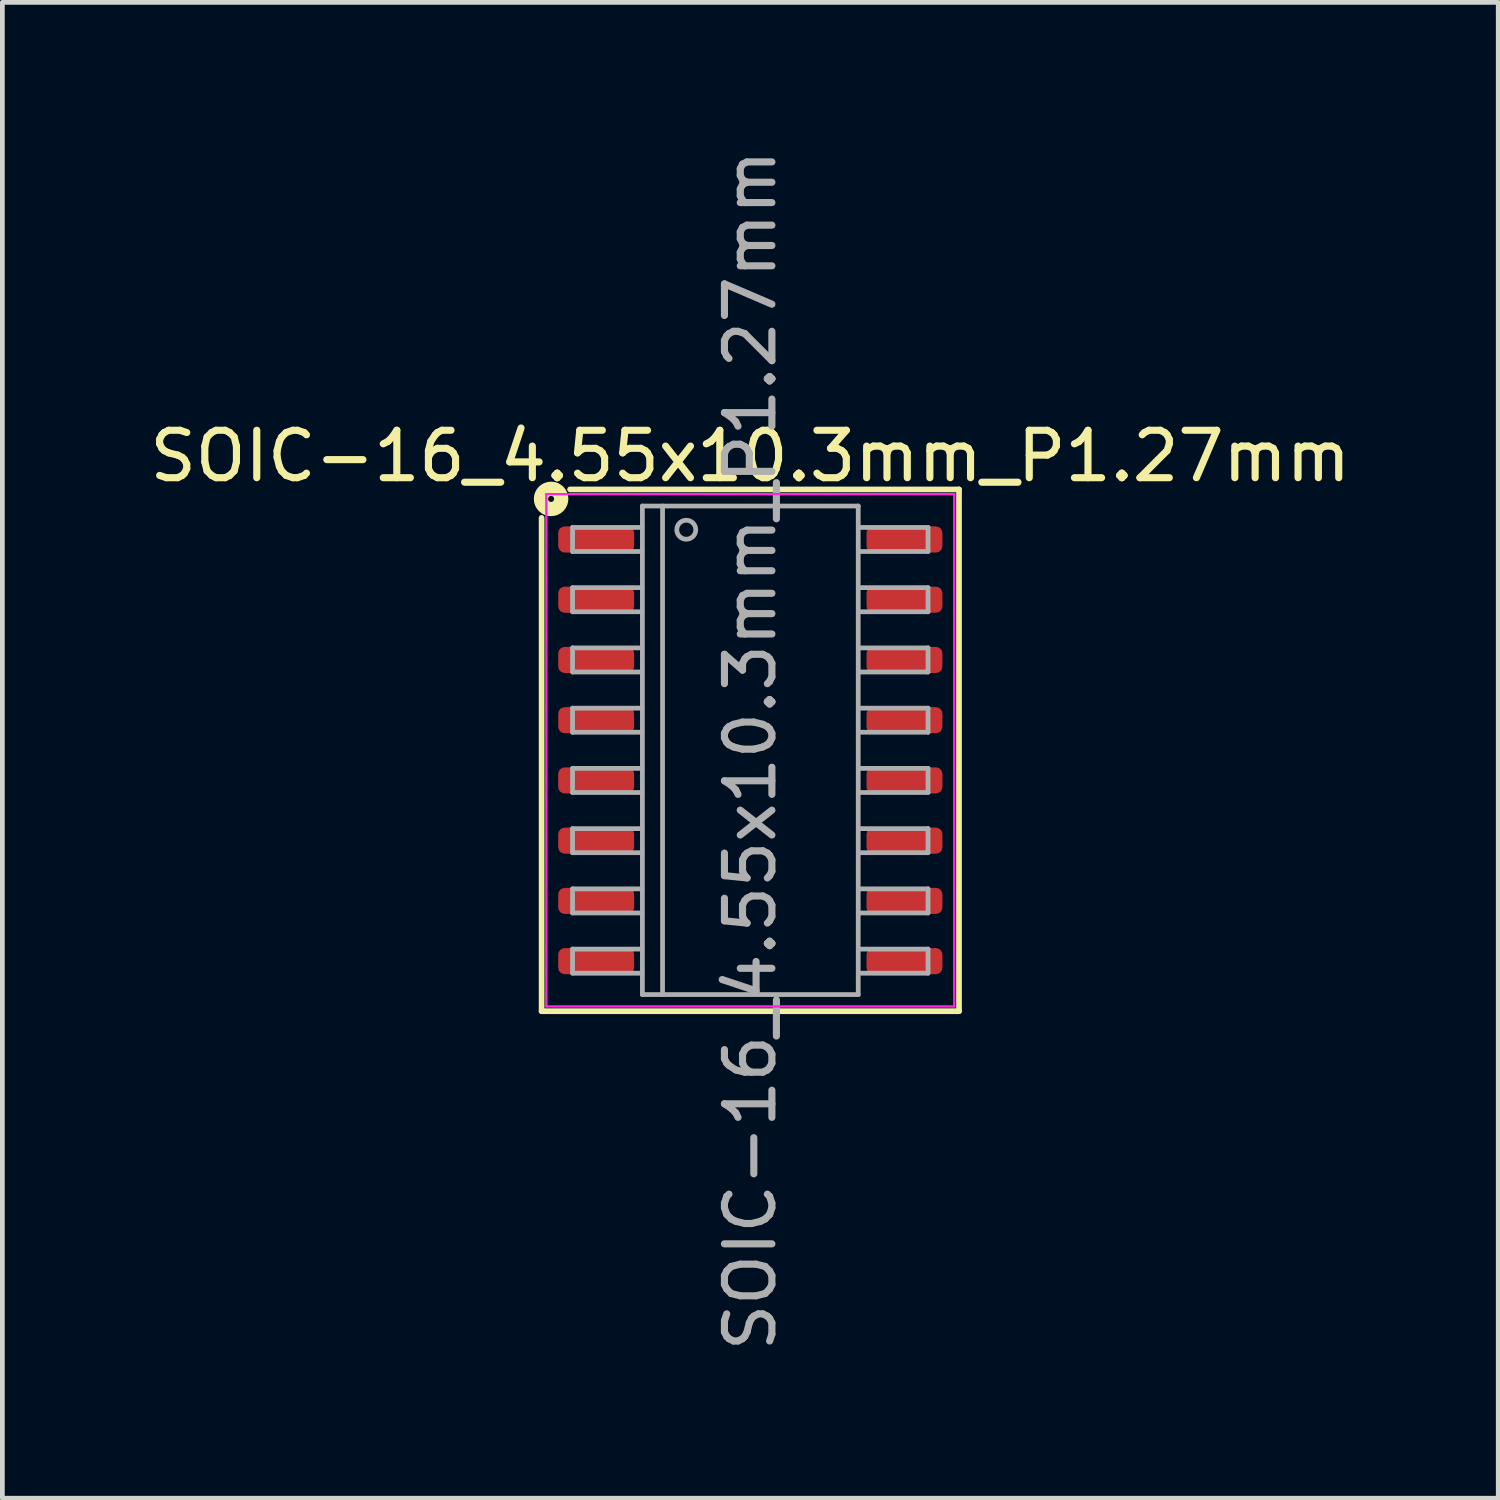
<source format=kicad_pcb>
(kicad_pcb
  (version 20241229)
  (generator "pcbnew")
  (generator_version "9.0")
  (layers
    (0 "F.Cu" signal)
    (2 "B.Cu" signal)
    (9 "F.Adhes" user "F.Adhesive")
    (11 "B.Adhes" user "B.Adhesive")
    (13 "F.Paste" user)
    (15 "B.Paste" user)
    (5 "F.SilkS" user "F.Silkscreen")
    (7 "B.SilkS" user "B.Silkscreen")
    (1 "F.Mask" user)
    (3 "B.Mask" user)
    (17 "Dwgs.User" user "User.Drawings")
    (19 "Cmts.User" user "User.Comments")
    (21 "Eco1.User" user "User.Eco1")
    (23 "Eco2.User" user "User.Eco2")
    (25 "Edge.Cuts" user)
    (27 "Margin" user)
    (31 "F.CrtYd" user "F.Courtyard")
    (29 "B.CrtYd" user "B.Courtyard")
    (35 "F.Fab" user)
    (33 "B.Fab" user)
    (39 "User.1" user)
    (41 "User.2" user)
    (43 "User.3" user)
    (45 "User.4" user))
  (footprint "SOIC-16_4.55x10.3mm_P1.27mm"
    (layer "F.Cu")
    (at 12.768 12.768)
    (property "Reference" "SOIC-16_4.55x10.3mm_P1.27mm" (at 0 -6.202 0) (layer "F.SilkS") (effects (font (size 1 1) (thickness 0.15))))
    (attr smd)
    (fp_line (start -4.4 -4.9) (end -4.4 5.5) (stroke (width 0.12) (type solid)) (layer "F.SilkS"))
    (fp_line (start -4.4 5.5) (end 4.4 5.5) (stroke (width 0.12) (type solid)) (layer "F.SilkS"))
    (fp_line (start 4.4 -5.5) (end -3.8 -5.5) (stroke (width 0.12) (type solid)) (layer "F.SilkS"))
    (fp_line (start 4.4 5.5) (end 4.4 -5.5) (stroke (width 0.12) (type solid)) (layer "F.SilkS"))
    (fp_circle (center -4.2 -5.3) (end -4.136 -5.3) (stroke (width 0.3) (type solid)) (fill no) (layer "F.SilkS"))
    (fp_line (start -4.3 -5.4) (end -4.3 5.4) (stroke (width 0.05) (type solid)) (layer "F.CrtYd"))
    (fp_line (start -4.3 5.4) (end 4.3 5.4) (stroke (width 0.05) (type solid)) (layer "F.CrtYd"))
    (fp_line (start 4.3 -5.4) (end -4.3 -5.4) (stroke (width 0.05) (type solid)) (layer "F.CrtYd"))
    (fp_line (start 4.3 5.4) (end 4.3 -5.4) (stroke (width 0.05) (type solid)) (layer "F.CrtYd"))
    (fp_line (start -3.747 -4.699) (end -3.747 -4.191) (stroke (width 0.1) (type solid)) (layer "F.Fab"))
    (fp_line (start -3.747 -4.699) (end -2.286 -4.699) (stroke (width 0.1) (type solid)) (layer "F.Fab"))
    (fp_line (start -3.747 -4.191) (end -2.286 -4.191) (stroke (width 0.1) (type solid)) (layer "F.Fab"))
    (fp_line (start -3.747 -3.429) (end -3.747 -2.921) (stroke (width 0.1) (type solid)) (layer "F.Fab"))
    (fp_line (start -3.747 -3.429) (end -2.286 -3.429) (stroke (width 0.1) (type solid)) (layer "F.Fab"))
    (fp_line (start -3.747 -2.921) (end -2.286 -2.921) (stroke (width 0.1) (type solid)) (layer "F.Fab"))
    (fp_line (start -3.747 -2.159) (end -3.747 -1.651) (stroke (width 0.1) (type solid)) (layer "F.Fab"))
    (fp_line (start -3.747 -2.159) (end -2.286 -2.159) (stroke (width 0.1) (type solid)) (layer "F.Fab"))
    (fp_line (start -3.747 -1.651) (end -2.286 -1.651) (stroke (width 0.1) (type solid)) (layer "F.Fab"))
    (fp_line (start -3.747 -0.889) (end -3.747 -0.381) (stroke (width 0.1) (type solid)) (layer "F.Fab"))
    (fp_line (start -3.747 -0.889) (end -2.286 -0.889) (stroke (width 0.1) (type solid)) (layer "F.Fab"))
    (fp_line (start -3.747 -0.381) (end -2.286 -0.381) (stroke (width 0.1) (type solid)) (layer "F.Fab"))
    (fp_line (start -3.747 0.381) (end -3.747 0.889) (stroke (width 0.1) (type solid)) (layer "F.Fab"))
    (fp_line (start -3.747 0.381) (end -2.286 0.381) (stroke (width 0.1) (type solid)) (layer "F.Fab"))
    (fp_line (start -3.747 0.889) (end -2.286 0.889) (stroke (width 0.1) (type solid)) (layer "F.Fab"))
    (fp_line (start -3.747 1.651) (end -3.747 2.159) (stroke (width 0.1) (type solid)) (layer "F.Fab"))
    (fp_line (start -3.747 1.651) (end -2.286 1.651) (stroke (width 0.1) (type solid)) (layer "F.Fab"))
    (fp_line (start -3.747 2.159) (end -2.286 2.159) (stroke (width 0.1) (type solid)) (layer "F.Fab"))
    (fp_line (start -3.747 2.921) (end -3.747 3.429) (stroke (width 0.1) (type solid)) (layer "F.Fab"))
    (fp_line (start -3.747 2.921) (end -2.286 2.921) (stroke (width 0.1) (type solid)) (layer "F.Fab"))
    (fp_line (start -3.747 3.429) (end -2.286 3.429) (stroke (width 0.1) (type solid)) (layer "F.Fab"))
    (fp_line (start -3.747 4.191) (end -3.747 4.699) (stroke (width 0.1) (type solid)) (layer "F.Fab"))
    (fp_line (start -3.747 4.191) (end -2.286 4.191) (stroke (width 0.1) (type solid)) (layer "F.Fab"))
    (fp_line (start -3.747 4.699) (end -2.286 4.699) (stroke (width 0.1) (type solid)) (layer "F.Fab"))
    (fp_line (start -2.275 -5.15) (end 2.275 -5.15) (stroke (width 0.1) (type solid)) (layer "F.Fab"))
    (fp_line (start -2.275 5.15) (end -2.275 -5.15) (stroke (width 0.1) (type solid)) (layer "F.Fab"))
    (fp_line (start -1.85 -5.15) (end -1.85 5.15) (stroke (width 0.1) (type solid)) (layer "F.Fab"))
    (fp_line (start 2.275 -5.15) (end 2.275 5.15) (stroke (width 0.1) (type solid)) (layer "F.Fab"))
    (fp_line (start 2.275 5.15) (end -2.275 5.15) (stroke (width 0.1) (type solid)) (layer "F.Fab"))
    (fp_line (start 3.747 -4.699) (end 2.286 -4.699) (stroke (width 0.1) (type solid)) (layer "F.Fab"))
    (fp_line (start 3.747 -4.191) (end 2.286 -4.191) (stroke (width 0.1) (type solid)) (layer "F.Fab"))
    (fp_line (start 3.747 -4.191) (end 3.747 -4.699) (stroke (width 0.1) (type solid)) (layer "F.Fab"))
    (fp_line (start 3.747 -3.429) (end 2.286 -3.429) (stroke (width 0.1) (type solid)) (layer "F.Fab"))
    (fp_line (start 3.747 -2.921) (end 2.286 -2.921) (stroke (width 0.1) (type solid)) (layer "F.Fab"))
    (fp_line (start 3.747 -2.921) (end 3.747 -3.429) (stroke (width 0.1) (type solid)) (layer "F.Fab"))
    (fp_line (start 3.747 -2.159) (end 2.286 -2.159) (stroke (width 0.1) (type solid)) (layer "F.Fab"))
    (fp_line (start 3.747 -1.651) (end 2.286 -1.651) (stroke (width 0.1) (type solid)) (layer "F.Fab"))
    (fp_line (start 3.747 -1.651) (end 3.747 -2.159) (stroke (width 0.1) (type solid)) (layer "F.Fab"))
    (fp_line (start 3.747 -0.889) (end 2.286 -0.889) (stroke (width 0.1) (type solid)) (layer "F.Fab"))
    (fp_line (start 3.747 -0.381) (end 2.286 -0.381) (stroke (width 0.1) (type solid)) (layer "F.Fab"))
    (fp_line (start 3.747 -0.381) (end 3.747 -0.889) (stroke (width 0.1) (type solid)) (layer "F.Fab"))
    (fp_line (start 3.747 0.381) (end 2.286 0.381) (stroke (width 0.1) (type solid)) (layer "F.Fab"))
    (fp_line (start 3.747 0.889) (end 2.286 0.889) (stroke (width 0.1) (type solid)) (layer "F.Fab"))
    (fp_line (start 3.747 0.889) (end 3.747 0.381) (stroke (width 0.1) (type solid)) (layer "F.Fab"))
    (fp_line (start 3.747 1.651) (end 2.286 1.651) (stroke (width 0.1) (type solid)) (layer "F.Fab"))
    (fp_line (start 3.747 2.159) (end 2.286 2.159) (stroke (width 0.1) (type solid)) (layer "F.Fab"))
    (fp_line (start 3.747 2.159) (end 3.747 1.651) (stroke (width 0.1) (type solid)) (layer "F.Fab"))
    (fp_line (start 3.747 2.921) (end 2.286 2.921) (stroke (width 0.1) (type solid)) (layer "F.Fab"))
    (fp_line (start 3.747 3.429) (end 2.286 3.429) (stroke (width 0.1) (type solid)) (layer "F.Fab"))
    (fp_line (start 3.747 3.429) (end 3.747 2.921) (stroke (width 0.1) (type solid)) (layer "F.Fab"))
    (fp_line (start 3.747 4.191) (end 2.286 4.191) (stroke (width 0.1) (type solid)) (layer "F.Fab"))
    (fp_line (start 3.747 4.699) (end 2.286 4.699) (stroke (width 0.1) (type solid)) (layer "F.Fab"))
    (fp_line (start 3.747 4.699) (end 3.747 4.191) (stroke (width 0.1) (type solid)) (layer "F.Fab"))
    (fp_circle (center -1.35 -4.65) (end -1.15 -4.65) (stroke (width 0.1) (type solid)) (fill no) (layer "F.Fab"))
    (fp_text user "${REFERENCE}" (at 0 0 90) (layer "F.Fab") (effects (font (size 1 1) (thickness 0.15))))
    (pad "1" smd roundrect (at -3.25 -4.445) (size 1.6 0.55) (layers "F.Cu" "F.Mask" "F.Paste") (roundrect_rratio 0.25))
    (pad "2" smd roundrect (at -3.25 -3.175) (size 1.6 0.55) (layers "F.Cu" "F.Mask" "F.Paste") (roundrect_rratio 0.25))
    (pad "3" smd roundrect (at -3.25 -1.905) (size 1.6 0.55) (layers "F.Cu" "F.Mask" "F.Paste") (roundrect_rratio 0.25))
    (pad "4" smd roundrect (at -3.25 -0.635) (size 1.6 0.55) (layers "F.Cu" "F.Mask" "F.Paste") (roundrect_rratio 0.25))
    (pad "5" smd roundrect (at -3.25 0.635) (size 1.6 0.55) (layers "F.Cu" "F.Mask" "F.Paste") (roundrect_rratio 0.25))
    (pad "6" smd roundrect (at -3.25 1.905) (size 1.6 0.55) (layers "F.Cu" "F.Mask" "F.Paste") (roundrect_rratio 0.25))
    (pad "7" smd roundrect (at -3.25 3.175) (size 1.6 0.55) (layers "F.Cu" "F.Mask" "F.Paste") (roundrect_rratio 0.25))
    (pad "8" smd roundrect (at -3.25 4.445) (size 1.6 0.55) (layers "F.Cu" "F.Mask" "F.Paste") (roundrect_rratio 0.25))
    (pad "9" smd roundrect (at 3.25 4.445) (size 1.6 0.55) (layers "F.Cu" "F.Mask" "F.Paste") (roundrect_rratio 0.25))
    (pad "10" smd roundrect (at 3.25 3.175) (size 1.6 0.55) (layers "F.Cu" "F.Mask" "F.Paste") (roundrect_rratio 0.25))
    (pad "11" smd roundrect (at 3.25 1.905) (size 1.6 0.55) (layers "F.Cu" "F.Mask" "F.Paste") (roundrect_rratio 0.25))
    (pad "12" smd roundrect (at 3.25 0.635) (size 1.6 0.55) (layers "F.Cu" "F.Mask" "F.Paste") (roundrect_rratio 0.25))
    (pad "13" smd roundrect (at 3.25 -0.635) (size 1.6 0.55) (layers "F.Cu" "F.Mask" "F.Paste") (roundrect_rratio 0.25))
    (pad "14" smd roundrect (at 3.25 -1.905) (size 1.6 0.55) (layers "F.Cu" "F.Mask" "F.Paste") (roundrect_rratio 0.25))
    (pad "15" smd roundrect (at 3.25 -3.175) (size 1.6 0.55) (layers "F.Cu" "F.Mask" "F.Paste") (roundrect_rratio 0.25))
    (pad "16" smd roundrect (at 3.25 -4.445) (size 1.6 0.55) (layers "F.Cu" "F.Mask" "F.Paste") (roundrect_rratio 0.25)))
  (gr_rect
    (start -3 -3)
    (end 28.536 28.536)
    (stroke (width 0.1) (type default))
    (fill no)
    (layer "Edge.Cuts")))
</source>
